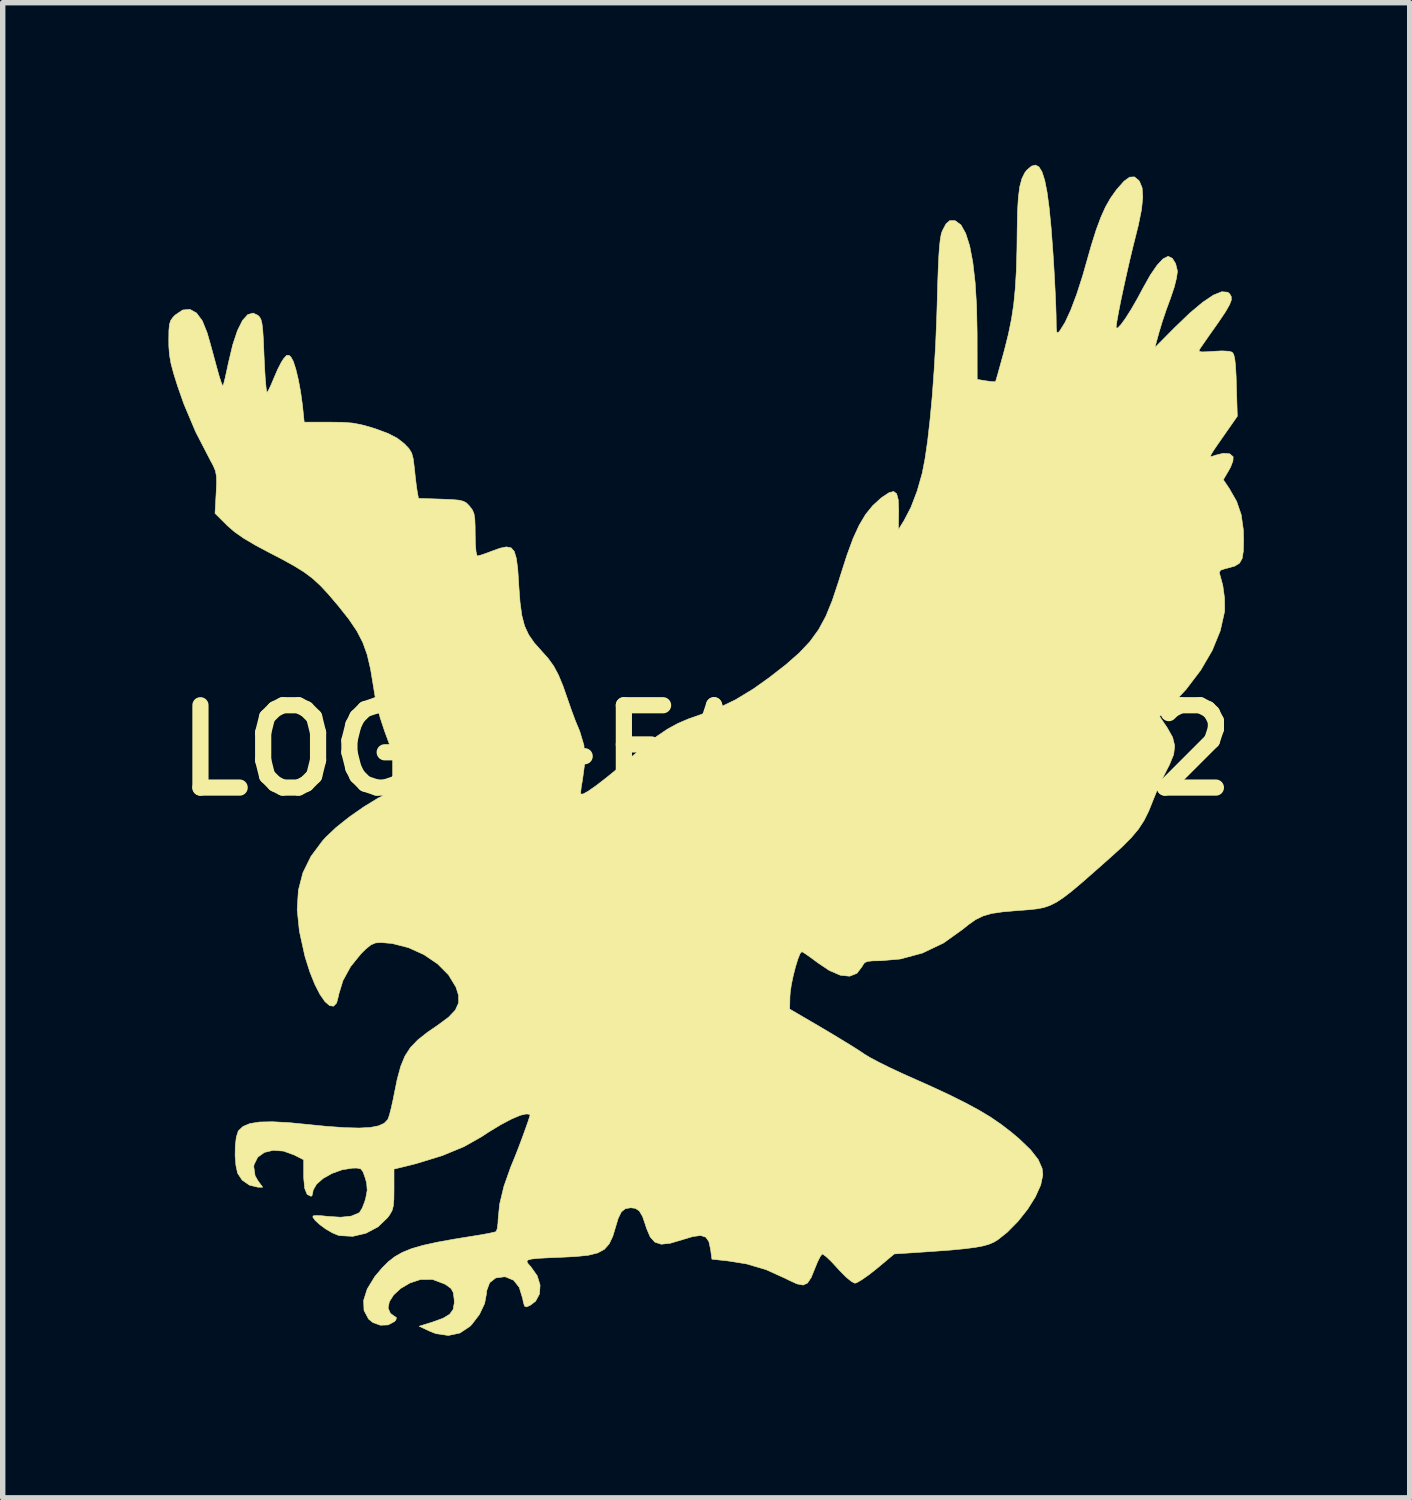
<source format=kicad_pcb>
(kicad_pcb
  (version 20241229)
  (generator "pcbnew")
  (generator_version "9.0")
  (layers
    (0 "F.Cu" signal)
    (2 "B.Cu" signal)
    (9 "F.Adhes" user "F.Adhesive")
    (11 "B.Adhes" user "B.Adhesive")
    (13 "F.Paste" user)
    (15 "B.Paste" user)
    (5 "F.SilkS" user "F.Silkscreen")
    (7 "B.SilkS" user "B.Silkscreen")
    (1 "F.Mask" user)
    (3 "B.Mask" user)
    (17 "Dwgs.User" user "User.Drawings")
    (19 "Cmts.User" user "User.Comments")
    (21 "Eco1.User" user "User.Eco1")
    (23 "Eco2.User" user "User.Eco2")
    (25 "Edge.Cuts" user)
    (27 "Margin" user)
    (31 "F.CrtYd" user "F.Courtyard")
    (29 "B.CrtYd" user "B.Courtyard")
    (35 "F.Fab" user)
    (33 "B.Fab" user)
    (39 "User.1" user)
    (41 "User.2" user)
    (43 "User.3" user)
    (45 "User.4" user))
  (footprint "LOGO-EAGLE-02"
    (layer "F.Cu")
    (at 10.022 10.839)
    (property "Reference" "LOGO-EAGLE-02" (at 0 0 0) (layer "F.SilkS") (effects (font (size 1.524 1.524) (thickness 0.3))))
    (attr through_hole)
    (fp_poly (pts (xy 6.159 -10.8) (xy 6.216 -10.708) (xy 6.266 -10.552) (xy 6.31 -10.33) (xy 6.349 -10.036) (xy 6.385 -9.668) (xy 6.418 -9.222) (xy 6.433 -8.989) (xy 6.448 -8.724) (xy 6.461 -8.465) (xy 6.471 -8.233) (xy 6.477 -8.05) (xy 6.478 -7.973) (xy 6.48 -7.823) (xy 6.488 -7.745) (xy 6.504 -7.726) (xy 6.535 -7.753) (xy 6.547 -7.768) (xy 6.643 -7.922) (xy 6.748 -8.15) (xy 6.858 -8.442) (xy 6.969 -8.786) (xy 7.03 -9.001) (xy 7.131 -9.356) (xy 7.221 -9.641) (xy 7.307 -9.871) (xy 7.392 -10.06) (xy 7.484 -10.221) (xy 7.588 -10.368) (xy 7.6 -10.383) (xy 7.732 -10.533) (xy 7.838 -10.61) (xy 7.927 -10.615) (xy 8.005 -10.551) (xy 8.02 -10.532) (xy 8.069 -10.413) (xy 8.081 -10.241) (xy 8.058 -10.011) (xy 7.998 -9.714) (xy 7.96 -9.563) (xy 7.902 -9.331) (xy 7.841 -9.077) (xy 7.781 -8.813) (xy 7.724 -8.555) (xy 7.673 -8.315) (xy 7.632 -8.107) (xy 7.603 -7.946) (xy 7.589 -7.845) (xy 7.589 -7.818) (xy 7.619 -7.819) (xy 7.68 -7.884) (xy 7.766 -8.003) (xy 7.868 -8.165) (xy 7.98 -8.359) (xy 8.087 -8.559) (xy 8.222 -8.799) (xy 8.347 -8.981) (xy 8.458 -9.099) (xy 8.548 -9.144) (xy 8.554 -9.144) (xy 8.629 -9.106) (xy 8.689 -9.01) (xy 8.72 -8.884) (xy 8.721 -8.854) (xy 8.705 -8.74) (xy 8.665 -8.579) (xy 8.606 -8.402) (xy 8.592 -8.362) (xy 8.517 -8.158) (xy 8.443 -7.939) (xy 8.386 -7.75) (xy 8.383 -7.74) (xy 8.304 -7.454) (xy 8.671 -7.824) (xy 8.952 -8.094) (xy 9.192 -8.295) (xy 9.389 -8.427) (xy 9.543 -8.489) (xy 9.653 -8.48) (xy 9.69 -8.45) (xy 9.719 -8.398) (xy 9.72 -8.334) (xy 9.686 -8.246) (xy 9.614 -8.12) (xy 9.497 -7.946) (xy 9.426 -7.844) (xy 9.314 -7.686) (xy 9.219 -7.549) (xy 9.152 -7.452) (xy 9.127 -7.415) (xy 9.125 -7.387) (xy 9.172 -7.375) (xy 9.281 -7.378) (xy 9.383 -7.386) (xy 9.549 -7.394) (xy 9.677 -7.387) (xy 9.735 -7.37) (xy 9.763 -7.332) (xy 9.783 -7.253) (xy 9.798 -7.119) (xy 9.809 -6.921) (xy 9.814 -6.756) (xy 9.831 -6.184) (xy 9.601 -5.854) (xy 9.474 -5.672) (xy 9.391 -5.55) (xy 9.346 -5.476) (xy 9.335 -5.443) (xy 9.354 -5.438) (xy 9.397 -5.452) (xy 9.42 -5.461) (xy 9.572 -5.499) (xy 9.689 -5.49) (xy 9.753 -5.436) (xy 9.754 -5.434) (xy 9.75 -5.357) (xy 9.706 -5.242) (xy 9.676 -5.187) (xy 9.572 -5.009) (xy 9.683 -4.845) (xy 9.819 -4.607) (xy 9.903 -4.362) (xy 9.943 -4.081) (xy 9.948 -3.895) (xy 9.943 -3.69) (xy 9.921 -3.552) (xy 9.872 -3.465) (xy 9.783 -3.41) (xy 9.646 -3.372) (xy 9.617 -3.366) (xy 9.522 -3.335) (xy 9.497 -3.291) (xy 9.504 -3.266) (xy 9.562 -3.055) (xy 9.595 -2.814) (xy 9.597 -2.591) (xy 9.594 -2.563) (xy 9.516 -2.214) (xy 9.367 -1.849) (xy 9.153 -1.483) (xy 8.883 -1.128) (xy 8.666 -0.896) (xy 8.393 -0.627) (xy 8.536 -0.415) (xy 8.633 -0.242) (xy 8.672 -0.086) (xy 8.653 0.077) (xy 8.574 0.269) (xy 8.533 0.348) (xy 8.439 0.535) (xy 8.342 0.75) (xy 8.277 0.91) (xy 8.192 1.123) (xy 8.104 1.3) (xy 8.001 1.458) (xy 7.869 1.615) (xy 7.697 1.788) (xy 7.47 1.994) (xy 7.465 1.998) (xy 7.182 2.249) (xy 6.953 2.449) (xy 6.767 2.606) (xy 6.614 2.724) (xy 6.484 2.81) (xy 6.365 2.87) (xy 6.249 2.91) (xy 6.123 2.934) (xy 5.979 2.95) (xy 5.806 2.963) (xy 5.75 2.967) (xy 5.485 2.99) (xy 5.283 3.02) (xy 5.124 3.066) (xy 4.985 3.134) (xy 4.847 3.232) (xy 4.75 3.311) (xy 4.392 3.567) (xy 4.001 3.753) (xy 3.591 3.863) (xy 3.235 3.894) (xy 3.076 3.897) (xy 2.981 3.908) (xy 2.928 3.935) (xy 2.894 3.984) (xy 2.886 4.001) (xy 2.791 4.127) (xy 2.655 4.181) (xy 2.483 4.163) (xy 2.277 4.074) (xy 2.074 3.938) (xy 1.943 3.841) (xy 1.838 3.767) (xy 1.776 3.729) (xy 1.769 3.727) (xy 1.737 3.764) (xy 1.697 3.864) (xy 1.653 4.007) (xy 1.611 4.172) (xy 1.576 4.339) (xy 1.555 4.488) (xy 1.55 4.56) (xy 1.545 4.789) (xy 2.14 5.137) (xy 2.359 5.267) (xy 2.566 5.393) (xy 2.746 5.504) (xy 2.879 5.59) (xy 2.923 5.621) (xy 3.029 5.685) (xy 3.194 5.773) (xy 3.398 5.874) (xy 3.623 5.979) (xy 3.725 6.025) (xy 4.147 6.213) (xy 4.5 6.377) (xy 4.797 6.525) (xy 5.049 6.661) (xy 5.267 6.792) (xy 5.462 6.926) (xy 5.646 7.068) (xy 5.789 7.188) (xy 6.003 7.393) (xy 6.145 7.574) (xy 6.218 7.739) (xy 6.231 7.858) (xy 6.192 8.046) (xy 6.094 8.264) (xy 5.95 8.494) (xy 5.772 8.718) (xy 5.573 8.92) (xy 5.397 9.06) (xy 5.322 9.105) (xy 5.233 9.143) (xy 5.122 9.174) (xy 4.976 9.201) (xy 4.786 9.225) (xy 4.541 9.249) (xy 4.231 9.272) (xy 3.91 9.294) (xy 3.481 9.322) (xy 3.157 9.593) (xy 3.011 9.708) (xy 2.881 9.799) (xy 2.787 9.854) (xy 2.753 9.864) (xy 2.69 9.833) (xy 2.59 9.751) (xy 2.471 9.631) (xy 2.431 9.587) (xy 2.318 9.464) (xy 2.222 9.373) (xy 2.16 9.327) (xy 2.147 9.324) (xy 2.112 9.368) (xy 2.061 9.469) (xy 2.014 9.585) (xy 1.943 9.759) (xy 1.875 9.861) (xy 1.794 9.898) (xy 1.68 9.876) (xy 1.517 9.801) (xy 1.471 9.777) (xy 1.106 9.612) (xy 0.745 9.506) (xy 0.402 9.451) (xy 0.106 9.419) (xy 0.081 9.236) (xy 0.05 9.095) (xy -0.007 9.012) (xy -0.101 8.981) (xy -0.245 8.999) (xy -0.445 9.059) (xy -0.668 9.125) (xy -0.832 9.142) (xy -0.95 9.104) (xy -1.037 9.007) (xy -1.106 8.845) (xy -1.12 8.798) (xy -1.178 8.628) (xy -1.238 8.526) (xy -1.311 8.478) (xy -1.397 8.467) (xy -1.497 8.484) (xy -1.571 8.544) (xy -1.629 8.663) (xy -1.672 8.806) (xy -1.729 8.995) (xy -1.796 9.136) (xy -1.884 9.236) (xy -2.008 9.303) (xy -2.18 9.346) (xy -2.413 9.37) (xy -2.652 9.382) (xy -2.917 9.393) (xy -3.107 9.403) (xy -3.231 9.416) (xy -3.298 9.434) (xy -3.319 9.46) (xy -3.301 9.498) (xy -3.256 9.549) (xy -3.244 9.562) (xy -3.128 9.726) (xy -3.075 9.898) (xy -3.085 10.061) (xy -3.158 10.197) (xy -3.26 10.274) (xy -3.327 10.302) (xy -3.363 10.287) (xy -3.385 10.212) (xy -3.397 10.148) (xy -3.46 9.942) (xy -3.564 9.809) (xy -3.711 9.748) (xy -3.738 9.745) (xy -3.896 9.766) (xy -4.008 9.854) (xy -4.062 9.998) (xy -4.065 10.044) (xy -4.101 10.238) (xy -4.198 10.443) (xy -4.342 10.631) (xy -4.374 10.663) (xy -4.56 10.786) (xy -4.773 10.831) (xy -5.004 10.797) (xy -5.122 10.75) (xy -5.313 10.66) (xy -5.066 10.583) (xy -4.872 10.513) (xy -4.749 10.439) (xy -4.684 10.349) (xy -4.663 10.228) (xy -4.665 10.163) (xy -4.681 10.039) (xy -4.722 9.962) (xy -4.812 9.896) (xy -4.847 9.876) (xy -5.066 9.794) (xy -5.291 9.796) (xy -5.482 9.859) (xy -5.656 9.961) (xy -5.786 10.081) (xy -5.865 10.206) (xy -5.888 10.323) (xy -5.847 10.42) (xy -5.795 10.459) (xy -5.734 10.501) (xy -5.744 10.544) (xy -5.773 10.575) (xy -5.888 10.636) (xy -6.032 10.641) (xy -6.171 10.591) (xy -6.25 10.526) (xy -6.334 10.368) (xy -6.341 10.18) (xy -6.274 9.97) (xy -6.134 9.741) (xy -5.999 9.581) (xy -5.885 9.467) (xy -5.763 9.372) (xy -5.624 9.293) (xy -5.455 9.224) (xy -5.244 9.163) (xy -4.981 9.105) (xy -4.655 9.046) (xy -4.345 8.996) (xy -4.165 8.967) (xy -4.015 8.939) (xy -3.917 8.917) (xy -3.89 8.908) (xy -3.868 8.856) (xy -3.854 8.749) (xy -3.852 8.686) (xy -3.824 8.402) (xy -3.745 8.072) (xy -3.619 7.715) (xy -3.597 7.662) (xy -3.537 7.516) (xy -3.47 7.344) (xy -3.402 7.163) (xy -3.341 6.994) (xy -3.292 6.855) (xy -3.264 6.766) (xy -3.26 6.745) (xy -3.295 6.733) (xy -3.334 6.731) (xy -3.443 6.756) (xy -3.605 6.825) (xy -3.805 6.931) (xy -4.028 7.066) (xy -4.16 7.153) (xy -4.484 7.336) (xy -4.889 7.503) (xy -5.376 7.652) (xy -5.572 7.701) (xy -5.779 7.751) (xy -5.779 8.123) (xy -5.781 8.307) (xy -5.791 8.431) (xy -5.815 8.52) (xy -5.859 8.597) (xy -5.897 8.65) (xy -6.076 8.821) (xy -6.298 8.939) (xy -6.541 8.996) (xy -6.782 8.983) (xy -6.813 8.976) (xy -6.919 8.932) (xy -7.038 8.863) (xy -7.15 8.781) (xy -7.237 8.702) (xy -7.281 8.641) (xy -7.277 8.618) (xy -7.225 8.61) (xy -7.116 8.615) (xy -7.002 8.627) (xy -6.766 8.642) (xy -6.572 8.622) (xy -6.437 8.567) (xy -6.411 8.545) (xy -6.366 8.471) (xy -6.32 8.351) (xy -6.303 8.295) (xy -6.275 8.143) (xy -6.285 8.011) (xy -6.312 7.914) (xy -6.353 7.8) (xy -6.396 7.746) (xy -6.469 7.732) (xy -6.55 7.734) (xy -6.739 7.764) (xy -6.925 7.831) (xy -7.089 7.923) (xy -7.212 8.03) (xy -7.276 8.141) (xy -7.281 8.178) (xy -7.297 8.243) (xy -7.315 8.255) (xy -7.387 8.219) (xy -7.432 8.108) (xy -7.45 7.92) (xy -7.451 7.866) (xy -7.451 7.579) (xy -7.624 7.491) (xy -7.825 7.418) (xy -8.016 7.404) (xy -8.179 7.443) (xy -8.302 7.532) (xy -8.369 7.667) (xy -8.375 7.705) (xy -8.35 7.875) (xy -8.299 7.965) (xy -8.21 8.086) (xy -8.298 8.086) (xy -8.454 8.049) (xy -8.59 7.955) (xy -8.674 7.827) (xy -8.705 7.683) (xy -8.72 7.506) (xy -8.717 7.322) (xy -8.698 7.161) (xy -8.663 7.05) (xy -8.657 7.04) (xy -8.574 6.962) (xy -8.448 6.909) (xy -8.27 6.88) (xy -8.031 6.875) (xy -7.725 6.891) (xy -7.44 6.919) (xy -7.027 6.96) (xy -6.69 6.984) (xy -6.421 6.991) (xy -6.215 6.98) (xy -6.063 6.95) (xy -5.959 6.902) (xy -5.895 6.835) (xy -5.89 6.827) (xy -5.864 6.751) (xy -5.829 6.616) (xy -5.792 6.448) (xy -5.781 6.391) (xy -5.719 6.085) (xy -5.654 5.847) (xy -5.576 5.658) (xy -5.474 5.501) (xy -5.338 5.36) (xy -5.157 5.217) (xy -4.97 5.089) (xy -4.77 4.941) (xy -4.643 4.807) (xy -4.583 4.675) (xy -4.585 4.531) (xy -4.632 4.383) (xy -4.769 4.157) (xy -4.972 3.953) (xy -5.226 3.781) (xy -5.512 3.652) (xy -5.814 3.575) (xy -6.025 3.557) (xy -6.122 3.565) (xy -6.207 3.601) (xy -6.303 3.679) (xy -6.389 3.764) (xy -6.582 4.003) (xy -6.724 4.262) (xy -6.802 4.517) (xy -6.806 4.544) (xy -6.841 4.677) (xy -6.898 4.736) (xy -6.972 4.725) (xy -7.057 4.651) (xy -7.149 4.518) (xy -7.244 4.333) (xy -7.337 4.101) (xy -7.423 3.829) (xy -7.431 3.799) (xy -7.53 3.348) (xy -7.571 2.948) (xy -7.549 2.591) (xy -7.465 2.266) (xy -7.316 1.963) (xy -7.1 1.673) (xy -7.042 1.609) (xy -6.851 1.428) (xy -6.607 1.234) (xy -6.338 1.046) (xy -6.071 0.883) (xy -5.831 0.762) (xy -5.817 0.757) (xy -5.695 0.702) (xy -5.611 0.656) (xy -5.588 0.634) (xy -5.602 0.587) (xy -5.643 0.474) (xy -5.703 0.311) (xy -5.779 0.109) (xy -5.839 -0.047) (xy -5.95 -0.347) (xy -6.033 -0.597) (xy -6.093 -0.819) (xy -6.137 -1.04) (xy -6.159 -1.178) (xy -6.213 -1.505) (xy -6.275 -1.77) (xy -6.356 -1.996) (xy -6.465 -2.207) (xy -6.613 -2.426) (xy -6.81 -2.675) (xy -6.832 -2.701) (xy -7 -2.898) (xy -7.146 -3.054) (xy -7.287 -3.183) (xy -7.44 -3.298) (xy -7.623 -3.412) (xy -7.853 -3.539) (xy -8.062 -3.647) (xy -8.344 -3.797) (xy -8.562 -3.926) (xy -8.729 -4.043) (xy -8.861 -4.157) (xy -8.874 -4.17) (xy -9.092 -4.387) (xy -9.071 -4.765) (xy -9.063 -4.95) (xy -9.066 -5.077) (xy -9.085 -5.175) (xy -9.125 -5.27) (xy -9.182 -5.376) (xy -9.45 -5.894) (xy -9.669 -6.413) (xy -9.783 -6.738) (xy -9.858 -6.976) (xy -9.907 -7.161) (xy -9.935 -7.32) (xy -9.947 -7.479) (xy -9.948 -7.592) (xy -9.946 -7.768) (xy -9.936 -7.882) (xy -9.912 -7.957) (xy -9.869 -8.017) (xy -9.83 -8.057) (xy -9.69 -8.151) (xy -9.556 -8.163) (xy -9.434 -8.095) (xy -9.326 -7.949) (xy -9.237 -7.727) (xy -9.231 -7.707) (xy -9.179 -7.525) (xy -9.119 -7.306) (xy -9.062 -7.095) (xy -9.057 -7.078) (xy -9.014 -6.923) (xy -8.976 -6.807) (xy -8.951 -6.749) (xy -8.946 -6.746) (xy -8.93 -6.792) (xy -8.902 -6.904) (xy -8.868 -7.06) (xy -8.844 -7.172) (xy -8.764 -7.507) (xy -8.677 -7.769) (xy -8.584 -7.956) (xy -8.487 -8.065) (xy -8.387 -8.094) (xy -8.3 -8.053) (xy -8.266 -8.02) (xy -8.241 -7.973) (xy -8.223 -7.901) (xy -8.209 -7.789) (xy -8.198 -7.624) (xy -8.188 -7.392) (xy -8.184 -7.293) (xy -8.173 -7.065) (xy -8.161 -6.871) (xy -8.148 -6.725) (xy -8.136 -6.64) (xy -8.129 -6.625) (xy -8.099 -6.671) (xy -8.051 -6.773) (xy -7.999 -6.897) (xy -7.934 -7.048) (xy -7.867 -7.179) (xy -7.824 -7.248) (xy -7.766 -7.312) (xy -7.721 -7.311) (xy -7.687 -7.281) (xy -7.643 -7.201) (xy -7.596 -7.055) (xy -7.549 -6.859) (xy -7.507 -6.632) (xy -7.474 -6.392) (xy -7.469 -6.345) (xy -7.441 -6.075) (xy -6.97 -6.075) (xy -6.737 -6.072) (xy -6.558 -6.059) (xy -6.399 -6.031) (xy -6.228 -5.985) (xy -6.122 -5.952) (xy -5.889 -5.866) (xy -5.719 -5.778) (xy -5.591 -5.678) (xy -5.589 -5.677) (xy -5.503 -5.587) (xy -5.452 -5.504) (xy -5.423 -5.397) (xy -5.403 -5.237) (xy -5.402 -5.228) (xy -5.384 -5.056) (xy -5.365 -4.899) (xy -5.35 -4.798) (xy -5.326 -4.664) (xy -4.903 -4.65) (xy -4.708 -4.642) (xy -4.579 -4.631) (xy -4.496 -4.611) (xy -4.438 -4.579) (xy -4.387 -4.528) (xy -4.378 -4.517) (xy -4.329 -4.452) (xy -4.299 -4.383) (xy -4.283 -4.286) (xy -4.277 -4.14) (xy -4.276 -3.998) (xy -4.272 -3.819) (xy -4.261 -3.683) (xy -4.244 -3.608) (xy -4.235 -3.598) (xy -4.175 -3.613) (xy -4.066 -3.65) (xy -3.979 -3.683) (xy -3.819 -3.741) (xy -3.699 -3.766) (xy -3.612 -3.749) (xy -3.553 -3.683) (xy -3.515 -3.557) (xy -3.489 -3.365) (xy -3.471 -3.098) (xy -3.469 -3.051) (xy -3.446 -2.741) (xy -3.413 -2.498) (xy -3.362 -2.303) (xy -3.287 -2.14) (xy -3.182 -1.989) (xy -3.05 -1.841) (xy -2.924 -1.7) (xy -2.822 -1.558) (xy -2.734 -1.393) (xy -2.649 -1.187) (xy -2.56 -0.931) (xy -2.492 -0.736) (xy -2.42 -0.543) (xy -2.355 -0.387) (xy -2.343 -0.36) (xy -2.263 -0.093) (xy -2.246 0.22) (xy -2.29 0.548) (xy -2.313 0.679) (xy -2.323 0.778) (xy -2.32 0.808) (xy -2.28 0.809) (xy -2.184 0.756) (xy -2.037 0.653) (xy -1.845 0.505) (xy -1.613 0.315) (xy -1.397 0.132) (xy -1.133 -0.09) (xy -0.911 -0.262) (xy -0.715 -0.394) (xy -0.527 -0.497) (xy -0.331 -0.581) (xy -0.159 -0.641) (xy 0.206 -0.775) (xy 0.54 -0.935) (xy 0.87 -1.135) (xy 1.164 -1.344) (xy 1.474 -1.585) (xy 1.722 -1.803) (xy 1.92 -2.013) (xy 2.08 -2.233) (xy 2.214 -2.48) (xy 2.333 -2.771) (xy 2.45 -3.123) (xy 2.481 -3.224) (xy 2.603 -3.606) (xy 2.717 -3.917) (xy 2.831 -4.166) (xy 2.95 -4.366) (xy 3.081 -4.528) (xy 3.229 -4.663) (xy 3.252 -4.682) (xy 3.38 -4.767) (xy 3.469 -4.792) (xy 3.525 -4.75) (xy 3.555 -4.637) (xy 3.563 -4.447) (xy 3.562 -4.396) (xy 3.558 -4.085) (xy 3.663 -4.255) (xy 3.79 -4.499) (xy 3.905 -4.8) (xy 3.998 -5.127) (xy 4.001 -5.141) (xy 4.051 -5.4) (xy 4.099 -5.73) (xy 4.143 -6.119) (xy 4.184 -6.555) (xy 4.218 -7.025) (xy 4.247 -7.515) (xy 4.267 -8.013) (xy 4.274 -8.234) (xy 4.284 -8.613) (xy 4.295 -8.917) (xy 4.306 -9.154) (xy 4.319 -9.334) (xy 4.334 -9.465) (xy 4.351 -9.558) (xy 4.37 -9.615) (xy 4.439 -9.746) (xy 4.508 -9.805) (xy 4.594 -9.806) (xy 4.615 -9.8) (xy 4.716 -9.725) (xy 4.803 -9.569) (xy 4.877 -9.338) (xy 4.935 -9.034) (xy 4.978 -8.66) (xy 5.005 -8.222) (xy 5.015 -7.722) (xy 5.015 -7.719) (xy 5.016 -6.866) (xy 5.181 -6.839) (xy 5.287 -6.825) (xy 5.35 -6.823) (xy 5.355 -6.825) (xy 5.369 -6.868) (xy 5.401 -6.978) (xy 5.446 -7.14) (xy 5.501 -7.339) (xy 5.525 -7.429) (xy 5.595 -7.709) (xy 5.65 -7.978) (xy 5.692 -8.253) (xy 5.721 -8.551) (xy 5.741 -8.887) (xy 5.752 -9.28) (xy 5.756 -9.631) (xy 5.762 -9.969) (xy 5.778 -10.233) (xy 5.804 -10.434) (xy 5.844 -10.584) (xy 5.898 -10.693) (xy 5.937 -10.742) (xy 6.021 -10.814) (xy 6.095 -10.834) (xy 6.159 -10.8)) (stroke (width 0.01) (type solid)) (fill yes) (layer "F.SilkS")))
  (gr_rect
    (start -3 -3)
    (end 23.044 24.675)
    (stroke (width 0.1) (type default))
    (fill no)
    (layer "Edge.Cuts")))
</source>
